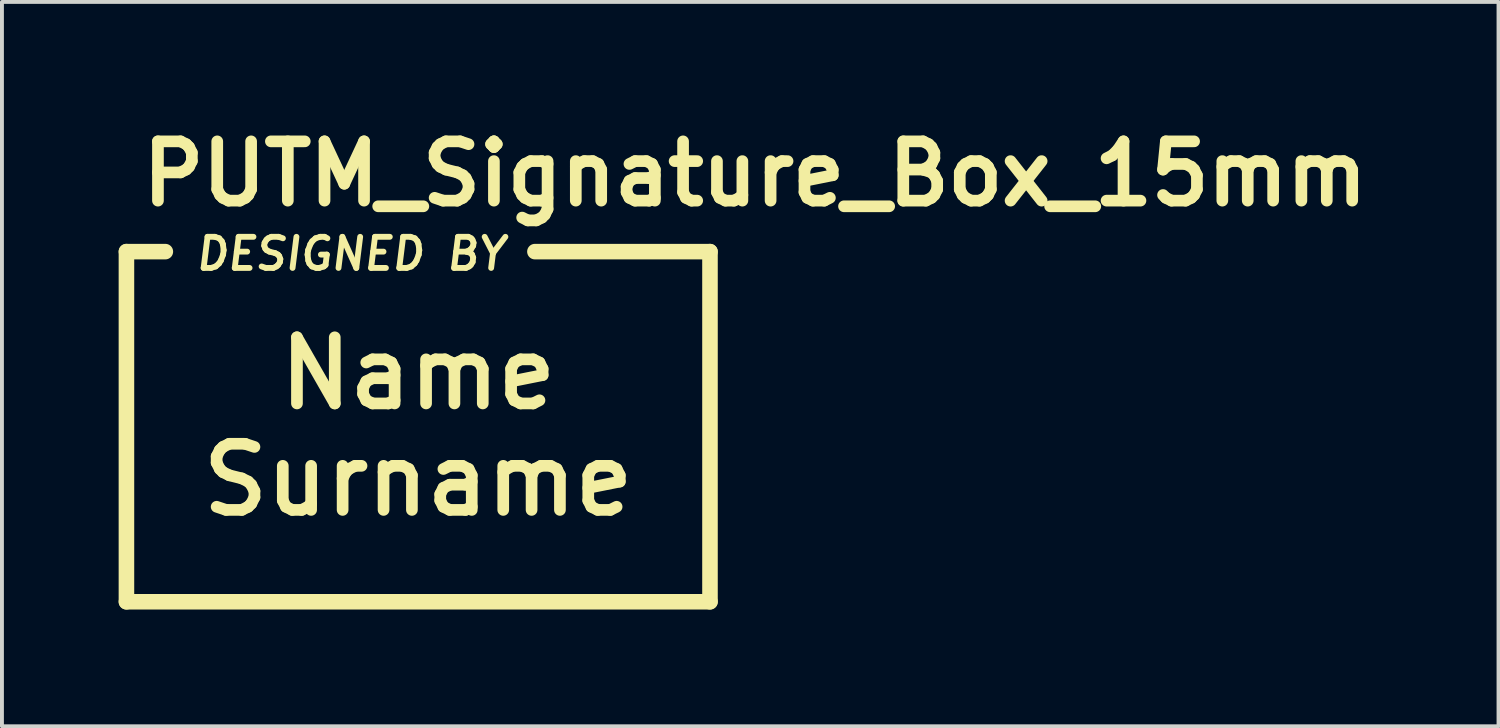
<source format=kicad_pcb>
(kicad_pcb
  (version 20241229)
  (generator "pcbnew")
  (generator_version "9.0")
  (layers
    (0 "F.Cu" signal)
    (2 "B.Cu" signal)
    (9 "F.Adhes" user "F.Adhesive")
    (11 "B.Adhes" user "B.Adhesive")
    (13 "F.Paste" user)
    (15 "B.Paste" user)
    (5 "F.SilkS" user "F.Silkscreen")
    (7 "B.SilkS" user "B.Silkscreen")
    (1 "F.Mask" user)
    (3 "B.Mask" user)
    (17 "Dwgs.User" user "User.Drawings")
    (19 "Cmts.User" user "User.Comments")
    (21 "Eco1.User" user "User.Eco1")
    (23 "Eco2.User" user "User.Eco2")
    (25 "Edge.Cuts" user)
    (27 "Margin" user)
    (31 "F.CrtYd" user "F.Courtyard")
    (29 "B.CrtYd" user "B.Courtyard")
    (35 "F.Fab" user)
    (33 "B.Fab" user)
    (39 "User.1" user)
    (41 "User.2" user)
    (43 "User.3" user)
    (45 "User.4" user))
  (footprint "PUTM_Signature_Box_15mm"
    (layer "F.Cu")
    (at 7.7 8.168)
    (property "Reference" "PUTM_Signature_Box_15mm" (at -7.25 -6.75 0) (layer "F.SilkS") (effects (font (size 1.524 1.524) (thickness 0.3)) (justify left)))
    (attr through_hole board_only exclude_from_pos_files exclude_from_bom allow_missing_courtyard)
    (fp_line (start -7.5 -4.75) (end -6.5 -4.75) (stroke (width 0.4) (type solid)) (layer "F.SilkS"))
    (fp_line (start -7.5 4.25) (end -7.5 -4.75) (stroke (width 0.4) (type solid)) (layer "F.SilkS"))
    (fp_line (start 3 -4.75) (end 7.5 -4.75) (stroke (width 0.4) (type solid)) (layer "F.SilkS"))
    (fp_line (start 7.5 -4.75) (end 7.5 4.25) (stroke (width 0.4) (type solid)) (layer "F.SilkS"))
    (fp_line (start 7.5 4.25) (end -7.5 4.25) (stroke (width 0.4) (type solid)) (layer "F.SilkS"))
    (fp_text user "Name\nSurname" (at 0 -0.25 0) (unlocked yes) (layer "F.SilkS") (effects (font (size 1.7 1.7) (thickness 0.3) (bold yes))))
    (fp_text user "DESIGNED BY" (at -5.8 -4.225 0) (unlocked yes) (layer "F.SilkS") (effects (font (size 0.8 0.8) (thickness 0.15) (bold yes) (italic yes)) (justify left bottom))))
  (gr_rect
    (start -3 -3)
    (end 35.469 15.618)
    (stroke (width 0.1) (type default))
    (fill no)
    (layer "Edge.Cuts")))
</source>
